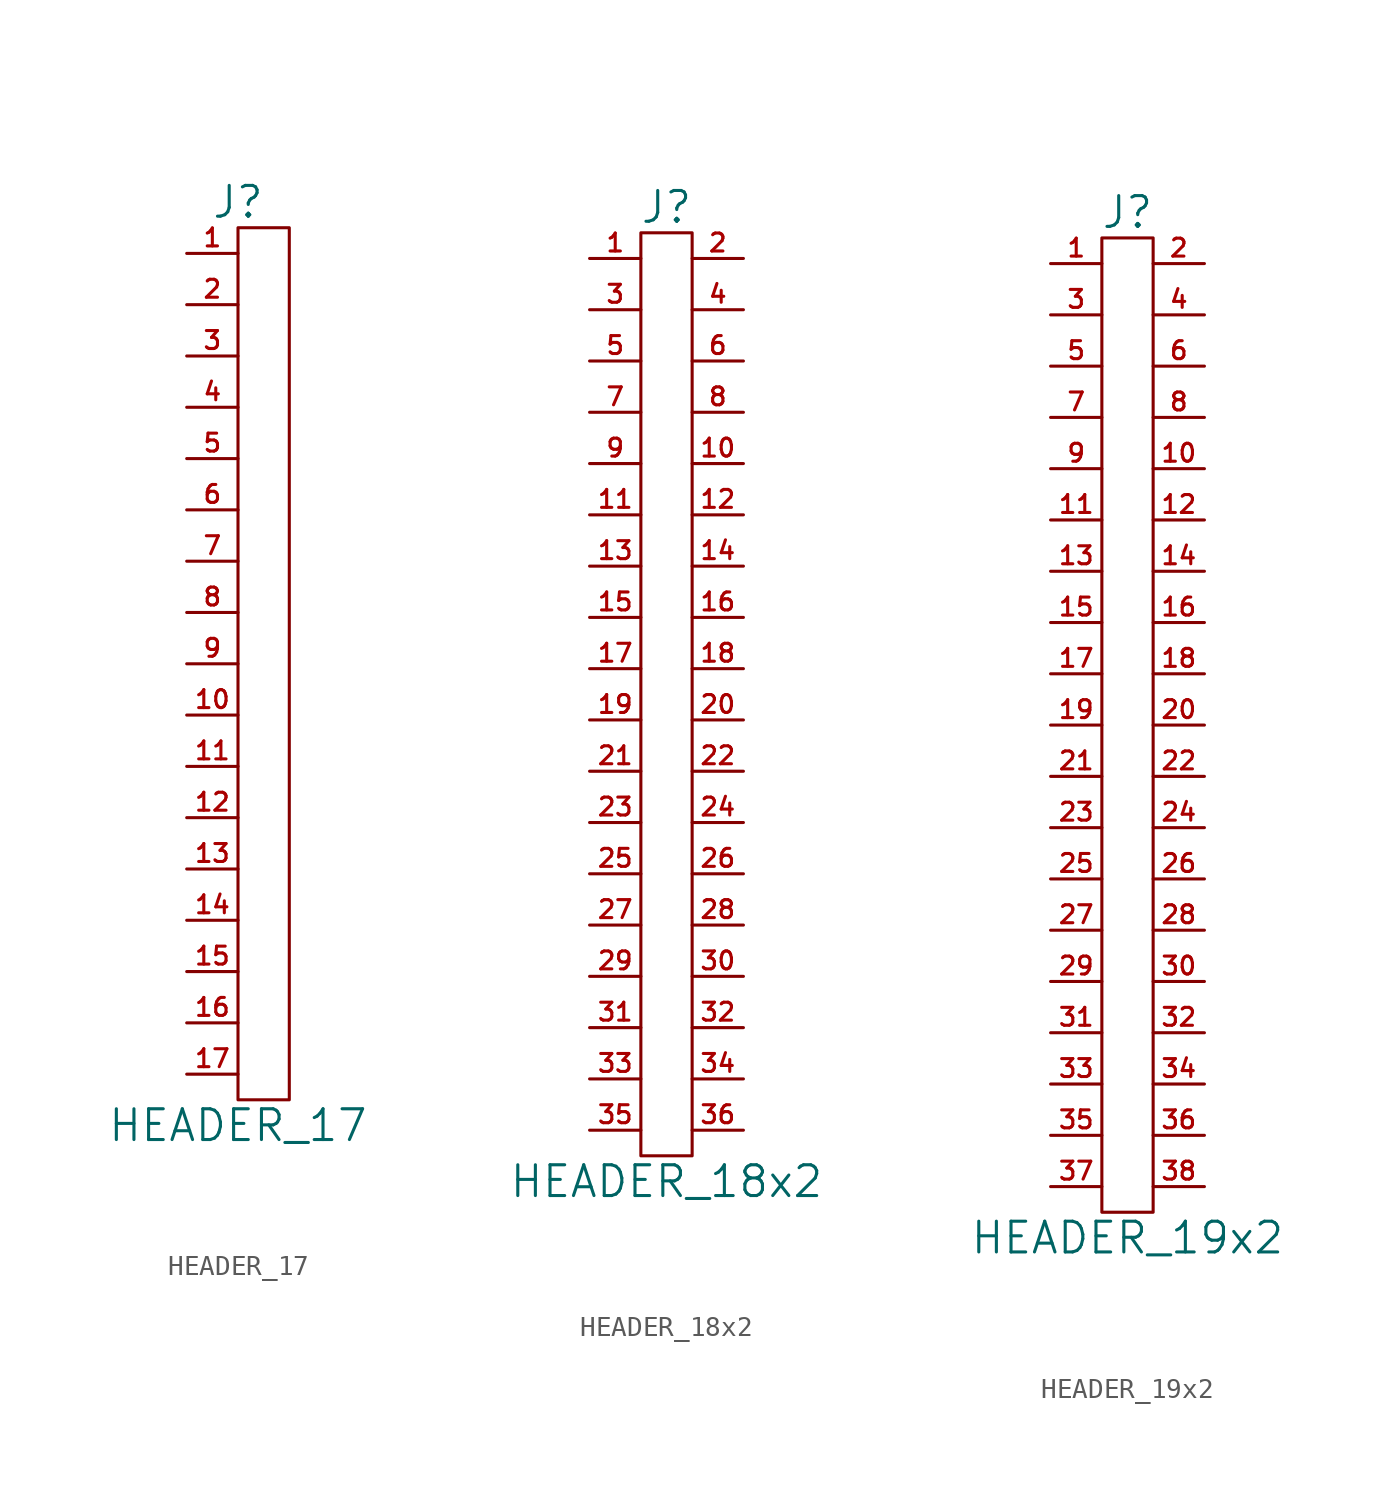
<source format=kicad_sym>
(kicad_symbol_lib
  (version 20211014)
  (generator kicad_symbol_editor)
  (symbol "HEADER_17"
    (pin_names
      (offset 0))
    (property "Reference" "J"
      (at 0 22.86 0)
      (effects (font (size 1.524 1.524))))
    (property "Value" "HEADER_17"
      (at 0 -22.86 0)
      (effects (font (size 1.524 1.524))))
    (property "Footprint" ""
      (at 0 0 0)
      (effects (font (size 1.524 1.524))))
    (property "Datasheet" ""
      (at 0 0 0)
      (effects (font (size 1.524 1.524))))
    (symbol "HEADER_17_0_1"
      (rectangle (start 2.54 21.59) (end 0 -21.59) (stroke (width 0) (type default) (color 0 0 0 0)) (fill (type none))))
    (symbol "HEADER_17_1_1"
      (pin passive line (at -2.54 20.32 0) (length 2.54) (name "~" (effects (font (size 0.889 0.889)))) (number "1" (effects (font (size 0.889 0.889)))))
      (pin passive line (at -2.54 -2.54 0) (length 2.54) (name "~" (effects (font (size 1.27 1.27)))) (number "10" (effects (font (size 0.889 0.889)))))
      (pin passive line (at -2.54 -5.08 0) (length 2.54) (name "~" (effects (font (size 1.27 1.27)))) (number "11" (effects (font (size 0.889 0.889)))))
      (pin passive line (at -2.54 -7.62 0) (length 2.54) (name "~" (effects (font (size 1.27 1.27)))) (number "12" (effects (font (size 0.889 0.889)))))
      (pin passive line (at -2.54 -10.16 0) (length 2.54) (name "~" (effects (font (size 1.27 1.27)))) (number "13" (effects (font (size 0.889 0.889)))))
      (pin passive line (at -2.54 -12.7 0) (length 2.54) (name "~" (effects (font (size 1.27 1.27)))) (number "14" (effects (font (size 0.889 0.889)))))
      (pin passive line (at -2.54 -15.24 0) (length 2.54) (name "~" (effects (font (size 1.27 1.27)))) (number "15" (effects (font (size 0.889 0.889)))))
      (pin passive line (at -2.54 -17.78 0) (length 2.54) (name "~" (effects (font (size 1.27 1.27)))) (number "16" (effects (font (size 0.889 0.889)))))
      (pin passive line (at -2.54 -20.32 0) (length 2.54) (name "~" (effects (font (size 1.27 1.27)))) (number "17" (effects (font (size 0.889 0.889)))))
      (pin passive line (at -2.54 17.78 0) (length 2.54) (name "~" (effects (font (size 1.27 1.27)))) (number "2" (effects (font (size 0.889 0.889)))))
      (pin passive line (at -2.54 15.24 0) (length 2.54) (name "~" (effects (font (size 1.27 1.27)))) (number "3" (effects (font (size 0.889 0.889)))))
      (pin passive line (at -2.54 12.7 0) (length 2.54) (name "~" (effects (font (size 1.27 1.27)))) (number "4" (effects (font (size 0.889 0.889)))))
      (pin passive line (at -2.54 10.16 0) (length 2.54) (name "~" (effects (font (size 1.27 1.27)))) (number "5" (effects (font (size 0.889 0.889)))))
      (pin passive line (at -2.54 7.62 0) (length 2.54) (name "~" (effects (font (size 1.27 1.27)))) (number "6" (effects (font (size 0.889 0.889)))))
      (pin passive line (at -2.54 5.08 0) (length 2.54) (name "~" (effects (font (size 1.27 1.27)))) (number "7" (effects (font (size 0.889 0.889)))))
      (pin passive line (at -2.54 2.54 0) (length 2.54) (name "~" (effects (font (size 1.27 1.27)))) (number "8" (effects (font (size 0.889 0.889)))))
      (pin passive line (at -2.54 0 0) (length 2.54) (name "~" (effects (font (size 1.27 1.27)))) (number "9" (effects (font (size 0.889 0.889)))))))
  (symbol "HEADER_18x2"
    (pin_names
      (offset 0))
    (property "Reference" "J"
      (at 0 24.13 0)
      (effects (font (size 1.524 1.524))))
    (property "Value" "HEADER_18x2"
      (at 0 -24.13 0)
      (effects (font (size 1.524 1.524))))
    (property "Footprint" ""
      (at 0 0 0)
      (effects (font (size 1.524 1.524))))
    (property "Datasheet" ""
      (at 0 0 0)
      (effects (font (size 1.524 1.524))))
    (symbol "HEADER_18x2_0_1"
      (rectangle (start -1.27 22.86) (end 1.27 -22.86) (stroke (width 0) (type default) (color 0 0 0 0)) (fill (type none))))
    (symbol "HEADER_18x2_1_1"
      (pin passive line (at -3.81 21.59 0) (length 2.54) (name "~" (effects (font (size 0.889 0.889)))) (number "1" (effects (font (size 0.889 0.889)))))
      (pin passive line (at 3.81 11.43 180) (length 2.54) (name "~" (effects (font (size 1.27 1.27)))) (number "10" (effects (font (size 0.889 0.889)))))
      (pin passive line (at -3.81 8.89 0) (length 2.54) (name "~" (effects (font (size 1.27 1.27)))) (number "11" (effects (font (size 0.889 0.889)))))
      (pin passive line (at 3.81 8.89 180) (length 2.54) (name "~" (effects (font (size 1.27 1.27)))) (number "12" (effects (font (size 0.889 0.889)))))
      (pin passive line (at -3.81 6.35 0) (length 2.54) (name "~" (effects (font (size 1.27 1.27)))) (number "13" (effects (font (size 0.889 0.889)))))
      (pin passive line (at 3.81 6.35 180) (length 2.54) (name "~" (effects (font (size 1.27 1.27)))) (number "14" (effects (font (size 0.889 0.889)))))
      (pin passive line (at -3.81 3.81 0) (length 2.54) (name "~" (effects (font (size 1.27 1.27)))) (number "15" (effects (font (size 0.889 0.889)))))
      (pin passive line (at 3.81 3.81 180) (length 2.54) (name "~" (effects (font (size 1.27 1.27)))) (number "16" (effects (font (size 0.889 0.889)))))
      (pin passive line (at -3.81 1.27 0) (length 2.54) (name "~" (effects (font (size 1.27 1.27)))) (number "17" (effects (font (size 0.889 0.889)))))
      (pin passive line (at 3.81 1.27 180) (length 2.54) (name "~" (effects (font (size 1.27 1.27)))) (number "18" (effects (font (size 0.889 0.889)))))
      (pin passive line (at -3.81 -1.27 0) (length 2.54) (name "~" (effects (font (size 1.27 1.27)))) (number "19" (effects (font (size 0.889 0.889)))))
      (pin passive line (at 3.81 21.59 180) (length 2.54) (name "~" (effects (font (size 1.27 1.27)))) (number "2" (effects (font (size 0.889 0.889)))))
      (pin passive line (at 3.81 -1.27 180) (length 2.54) (name "~" (effects (font (size 1.27 1.27)))) (number "20" (effects (font (size 0.889 0.889)))))
      (pin passive line (at -3.81 -3.81 0) (length 2.54) (name "~" (effects (font (size 1.27 1.27)))) (number "21" (effects (font (size 0.889 0.889)))))
      (pin passive line (at 3.81 -3.81 180) (length 2.54) (name "~" (effects (font (size 1.27 1.27)))) (number "22" (effects (font (size 0.889 0.889)))))
      (pin passive line (at -3.81 -6.35 0) (length 2.54) (name "~" (effects (font (size 1.27 1.27)))) (number "23" (effects (font (size 0.889 0.889)))))
      (pin passive line (at 3.81 -6.35 180) (length 2.54) (name "~" (effects (font (size 1.27 1.27)))) (number "24" (effects (font (size 0.889 0.889)))))
      (pin passive line (at -3.81 -8.89 0) (length 2.54) (name "~" (effects (font (size 1.27 1.27)))) (number "25" (effects (font (size 0.889 0.889)))))
      (pin passive line (at 3.81 -8.89 180) (length 2.54) (name "~" (effects (font (size 1.27 1.27)))) (number "26" (effects (font (size 0.889 0.889)))))
      (pin passive line (at -3.81 -11.43 0) (length 2.54) (name "~" (effects (font (size 1.27 1.27)))) (number "27" (effects (font (size 0.889 0.889)))))
      (pin passive line (at 3.81 -11.43 180) (length 2.54) (name "~" (effects (font (size 1.27 1.27)))) (number "28" (effects (font (size 0.889 0.889)))))
      (pin passive line (at -3.81 -13.97 0) (length 2.54) (name "~" (effects (font (size 1.27 1.27)))) (number "29" (effects (font (size 0.889 0.889)))))
      (pin passive line (at -3.81 19.05 0) (length 2.54) (name "~" (effects (font (size 1.27 1.27)))) (number "3" (effects (font (size 0.889 0.889)))))
      (pin passive line (at 3.81 -13.97 180) (length 2.54) (name "~" (effects (font (size 1.27 1.27)))) (number "30" (effects (font (size 0.889 0.889)))))
      (pin passive line (at -3.81 -16.51 0) (length 2.54) (name "~" (effects (font (size 1.27 1.27)))) (number "31" (effects (font (size 0.889 0.889)))))
      (pin passive line (at 3.81 -16.51 180) (length 2.54) (name "~" (effects (font (size 1.27 1.27)))) (number "32" (effects (font (size 0.889 0.889)))))
      (pin passive line (at -3.81 -19.05 0) (length 2.54) (name "~" (effects (font (size 1.27 1.27)))) (number "33" (effects (font (size 0.889 0.889)))))
      (pin passive line (at 3.81 -19.05 180) (length 2.54) (name "~" (effects (font (size 1.27 1.27)))) (number "34" (effects (font (size 0.889 0.889)))))
      (pin passive line (at -3.81 -21.59 0) (length 2.54) (name "~" (effects (font (size 1.27 1.27)))) (number "35" (effects (font (size 0.889 0.889)))))
      (pin passive line (at 3.81 -21.59 180) (length 2.54) (name "~" (effects (font (size 1.27 1.27)))) (number "36" (effects (font (size 0.889 0.889)))))
      (pin passive line (at 3.81 19.05 180) (length 2.54) (name "~" (effects (font (size 1.27 1.27)))) (number "4" (effects (font (size 0.889 0.889)))))
      (pin passive line (at -3.81 16.51 0) (length 2.54) (name "~" (effects (font (size 1.27 1.27)))) (number "5" (effects (font (size 0.889 0.889)))))
      (pin passive line (at 3.81 16.51 180) (length 2.54) (name "~" (effects (font (size 1.27 1.27)))) (number "6" (effects (font (size 0.889 0.889)))))
      (pin passive line (at -3.81 13.97 0) (length 2.54) (name "~" (effects (font (size 1.27 1.27)))) (number "7" (effects (font (size 0.889 0.889)))))
      (pin passive line (at 3.81 13.97 180) (length 2.54) (name "~" (effects (font (size 1.27 1.27)))) (number "8" (effects (font (size 0.889 0.889)))))
      (pin passive line (at -3.81 11.43 0) (length 2.54) (name "~" (effects (font (size 1.27 1.27)))) (number "9" (effects (font (size 0.889 0.889)))))))
  (symbol "HEADER_19x2"
    (pin_names
      (offset 0))
    (property "Reference" "J"
      (at 0 25.4 0)
      (effects (font (size 1.524 1.524))))
    (property "Value" "HEADER_19x2"
      (at 0 -25.4 0)
      (effects (font (size 1.524 1.524))))
    (property "Footprint" ""
      (at 0 -1.27 0)
      (effects (font (size 1.524 1.524))))
    (property "Datasheet" ""
      (at 0 -1.27 0)
      (effects (font (size 1.524 1.524))))
    (symbol "HEADER_19x2_0_1"
      (rectangle (start -1.27 24.13) (end 1.27 -24.13) (stroke (width 0) (type default) (color 0 0 0 0)) (fill (type none))))
    (symbol "HEADER_19x2_1_1"
      (pin passive line (at -3.81 22.86 0) (length 2.54) (name "~" (effects (font (size 0.889 0.889)))) (number "1" (effects (font (size 0.889 0.889)))))
      (pin passive line (at 3.81 12.7 180) (length 2.54) (name "~" (effects (font (size 1.27 1.27)))) (number "10" (effects (font (size 0.889 0.889)))))
      (pin passive line (at -3.81 10.16 0) (length 2.54) (name "~" (effects (font (size 1.27 1.27)))) (number "11" (effects (font (size 0.889 0.889)))))
      (pin passive line (at 3.81 10.16 180) (length 2.54) (name "~" (effects (font (size 1.27 1.27)))) (number "12" (effects (font (size 0.889 0.889)))))
      (pin passive line (at -3.81 7.62 0) (length 2.54) (name "~" (effects (font (size 1.27 1.27)))) (number "13" (effects (font (size 0.889 0.889)))))
      (pin passive line (at 3.81 7.62 180) (length 2.54) (name "~" (effects (font (size 1.27 1.27)))) (number "14" (effects (font (size 0.889 0.889)))))
      (pin passive line (at -3.81 5.08 0) (length 2.54) (name "~" (effects (font (size 1.27 1.27)))) (number "15" (effects (font (size 0.889 0.889)))))
      (pin passive line (at 3.81 5.08 180) (length 2.54) (name "~" (effects (font (size 1.27 1.27)))) (number "16" (effects (font (size 0.889 0.889)))))
      (pin passive line (at -3.81 2.54 0) (length 2.54) (name "~" (effects (font (size 1.27 1.27)))) (number "17" (effects (font (size 0.889 0.889)))))
      (pin passive line (at 3.81 2.54 180) (length 2.54) (name "~" (effects (font (size 1.27 1.27)))) (number "18" (effects (font (size 0.889 0.889)))))
      (pin passive line (at -3.81 0 0) (length 2.54) (name "~" (effects (font (size 1.27 1.27)))) (number "19" (effects (font (size 0.889 0.889)))))
      (pin passive line (at 3.81 22.86 180) (length 2.54) (name "~" (effects (font (size 1.27 1.27)))) (number "2" (effects (font (size 0.889 0.889)))))
      (pin passive line (at 3.81 0 180) (length 2.54) (name "~" (effects (font (size 1.27 1.27)))) (number "20" (effects (font (size 0.889 0.889)))))
      (pin passive line (at -3.81 -2.54 0) (length 2.54) (name "~" (effects (font (size 1.27 1.27)))) (number "21" (effects (font (size 0.889 0.889)))))
      (pin passive line (at 3.81 -2.54 180) (length 2.54) (name "~" (effects (font (size 1.27 1.27)))) (number "22" (effects (font (size 0.889 0.889)))))
      (pin passive line (at -3.81 -5.08 0) (length 2.54) (name "~" (effects (font (size 1.27 1.27)))) (number "23" (effects (font (size 0.889 0.889)))))
      (pin passive line (at 3.81 -5.08 180) (length 2.54) (name "~" (effects (font (size 1.27 1.27)))) (number "24" (effects (font (size 0.889 0.889)))))
      (pin passive line (at -3.81 -7.62 0) (length 2.54) (name "~" (effects (font (size 1.27 1.27)))) (number "25" (effects (font (size 0.889 0.889)))))
      (pin passive line (at 3.81 -7.62 180) (length 2.54) (name "~" (effects (font (size 1.27 1.27)))) (number "26" (effects (font (size 0.889 0.889)))))
      (pin passive line (at -3.81 -10.16 0) (length 2.54) (name "~" (effects (font (size 1.27 1.27)))) (number "27" (effects (font (size 0.889 0.889)))))
      (pin passive line (at 3.81 -10.16 180) (length 2.54) (name "~" (effects (font (size 1.27 1.27)))) (number "28" (effects (font (size 0.889 0.889)))))
      (pin passive line (at -3.81 -12.7 0) (length 2.54) (name "~" (effects (font (size 1.27 1.27)))) (number "29" (effects (font (size 0.889 0.889)))))
      (pin passive line (at -3.81 20.32 0) (length 2.54) (name "~" (effects (font (size 1.27 1.27)))) (number "3" (effects (font (size 0.889 0.889)))))
      (pin passive line (at 3.81 -12.7 180) (length 2.54) (name "~" (effects (font (size 1.27 1.27)))) (number "30" (effects (font (size 0.889 0.889)))))
      (pin passive line (at -3.81 -15.24 0) (length 2.54) (name "~" (effects (font (size 1.27 1.27)))) (number "31" (effects (font (size 0.889 0.889)))))
      (pin passive line (at 3.81 -15.24 180) (length 2.54) (name "~" (effects (font (size 1.27 1.27)))) (number "32" (effects (font (size 0.889 0.889)))))
      (pin passive line (at -3.81 -17.78 0) (length 2.54) (name "~" (effects (font (size 1.27 1.27)))) (number "33" (effects (font (size 0.889 0.889)))))
      (pin passive line (at 3.81 -17.78 180) (length 2.54) (name "~" (effects (font (size 1.27 1.27)))) (number "34" (effects (font (size 0.889 0.889)))))
      (pin passive line (at -3.81 -20.32 0) (length 2.54) (name "~" (effects (font (size 1.27 1.27)))) (number "35" (effects (font (size 0.889 0.889)))))
      (pin passive line (at 3.81 -20.32 180) (length 2.54) (name "~" (effects (font (size 1.27 1.27)))) (number "36" (effects (font (size 0.889 0.889)))))
      (pin passive line (at -3.81 -22.86 0) (length 2.54) (name "~" (effects (font (size 1.27 1.27)))) (number "37" (effects (font (size 0.889 0.889)))))
      (pin passive line (at 3.81 -22.86 180) (length 2.54) (name "~" (effects (font (size 1.27 1.27)))) (number "38" (effects (font (size 0.889 0.889)))))
      (pin passive line (at 3.81 20.32 180) (length 2.54) (name "~" (effects (font (size 1.27 1.27)))) (number "4" (effects (font (size 0.889 0.889)))))
      (pin passive line (at -3.81 17.78 0) (length 2.54) (name "~" (effects (font (size 1.27 1.27)))) (number "5" (effects (font (size 0.889 0.889)))))
      (pin passive line (at 3.81 17.78 180) (length 2.54) (name "~" (effects (font (size 1.27 1.27)))) (number "6" (effects (font (size 0.889 0.889)))))
      (pin passive line (at -3.81 15.24 0) (length 2.54) (name "~" (effects (font (size 1.27 1.27)))) (number "7" (effects (font (size 0.889 0.889)))))
      (pin passive line (at 3.81 15.24 180) (length 2.54) (name "~" (effects (font (size 1.27 1.27)))) (number "8" (effects (font (size 0.889 0.889)))))
      (pin passive line (at -3.81 12.7 0) (length 2.54) (name "~" (effects (font (size 1.27 1.27)))) (number "9" (effects (font (size 0.889 0.889))))))))
</source>
